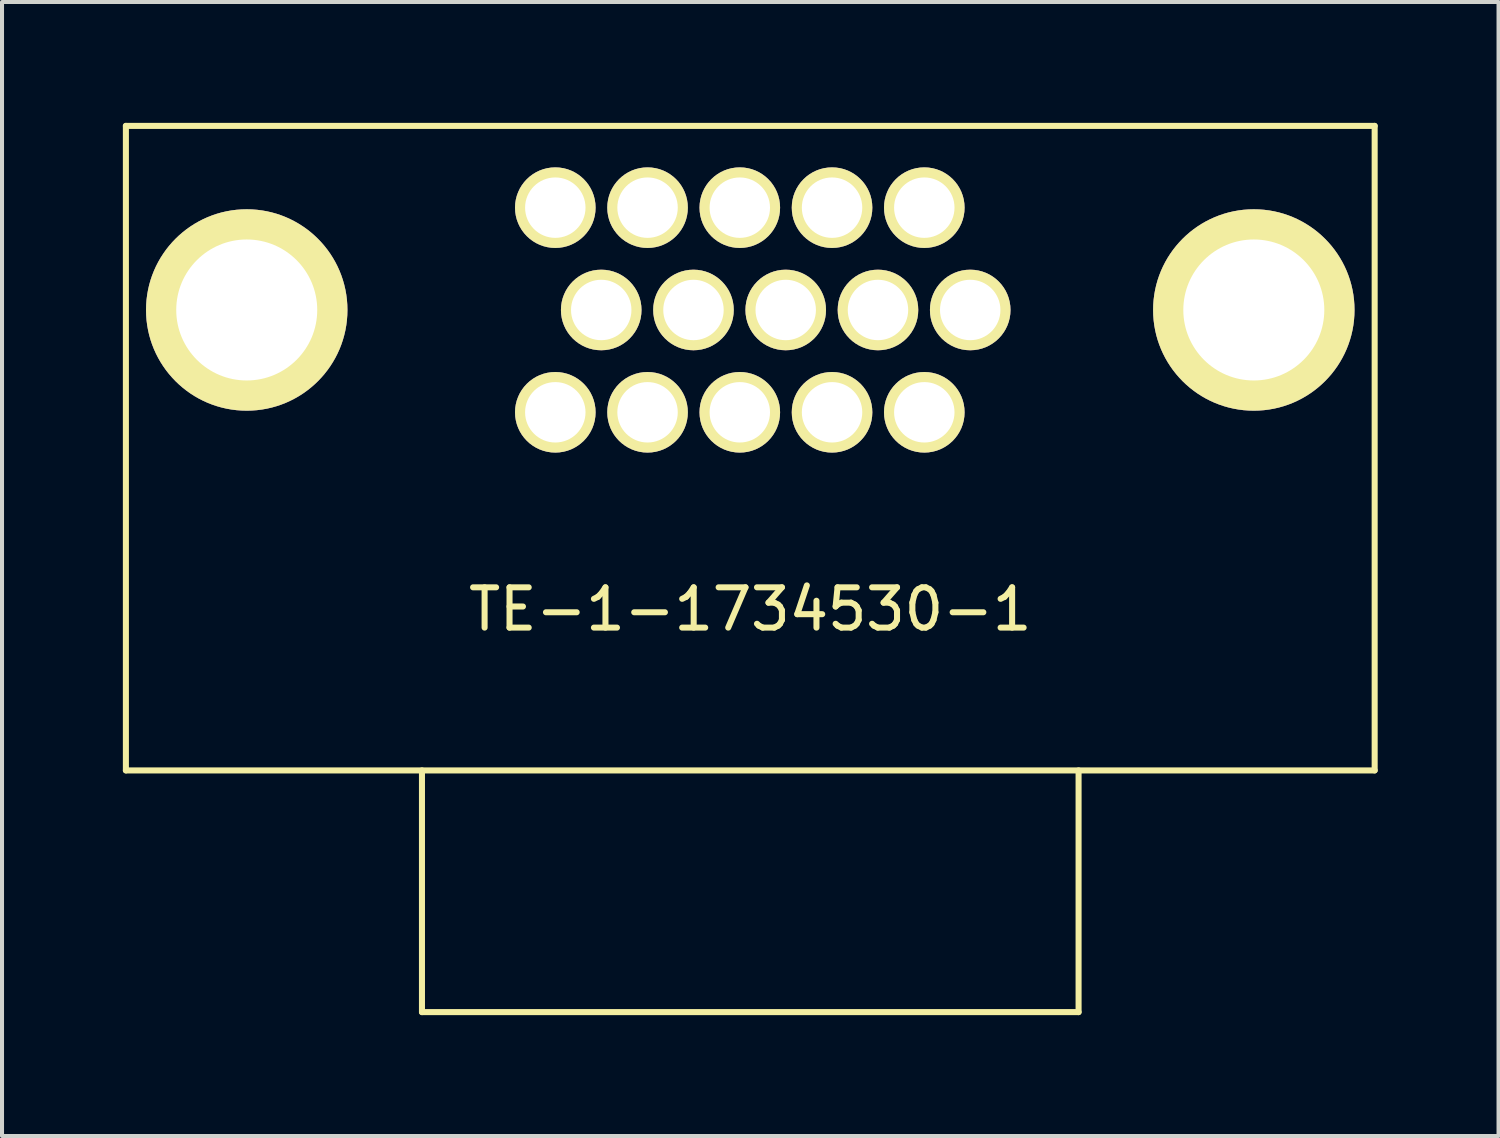
<source format=kicad_pcb>
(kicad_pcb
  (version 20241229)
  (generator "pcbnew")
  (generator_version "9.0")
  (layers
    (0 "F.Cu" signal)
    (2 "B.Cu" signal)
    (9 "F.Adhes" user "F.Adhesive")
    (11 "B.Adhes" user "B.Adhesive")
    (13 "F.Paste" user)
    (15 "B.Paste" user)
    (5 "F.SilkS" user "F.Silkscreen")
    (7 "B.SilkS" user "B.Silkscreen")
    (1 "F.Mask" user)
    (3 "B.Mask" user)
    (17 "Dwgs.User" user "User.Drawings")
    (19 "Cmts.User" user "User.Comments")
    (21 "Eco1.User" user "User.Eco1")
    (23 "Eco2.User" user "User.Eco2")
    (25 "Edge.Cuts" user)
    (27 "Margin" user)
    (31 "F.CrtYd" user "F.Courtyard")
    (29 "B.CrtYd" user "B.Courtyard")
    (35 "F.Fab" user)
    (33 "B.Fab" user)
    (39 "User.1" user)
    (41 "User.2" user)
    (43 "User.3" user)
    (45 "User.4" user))
  (footprint "TE-1-1734530-1"
    (layer "F.Cu")
    (at 15.575 16.075)
    (property "Reference" "TE-1-1734530-1" (at 0 -4 0) (layer "F.SilkS") (effects (font (size 1 1) (thickness 0.15))))
    (attr through_hole)
    (fp_line (start -15.5 -16) (end -15.5 0) (stroke (width 0.15) (type solid)) (layer "F.SilkS"))
    (fp_line (start -15.5 0) (end 15.5 0) (stroke (width 0.15) (type solid)) (layer "F.SilkS"))
    (fp_line (start -8.15 0) (end -8.15 6) (stroke (width 0.15) (type solid)) (layer "F.SilkS"))
    (fp_line (start -8.15 6) (end 8.15 6) (stroke (width 0.15) (type solid)) (layer "F.SilkS"))
    (fp_line (start 8.15 6) (end 8.15 0) (stroke (width 0.15) (type solid)) (layer "F.SilkS"))
    (fp_line (start 15.5 -16) (end -15.5 -16) (stroke (width 0.15) (type solid)) (layer "F.SilkS"))
    (fp_line (start 15.5 0) (end 15.5 -16) (stroke (width 0.15) (type solid)) (layer "F.SilkS"))
    (pad "" thru_hole circle (at -12.5 -11.43) (size 5 5) (drill 3.5) (layers "*.Cu" "*.Mask" "F.SilkS"))
    (pad "" thru_hole circle (at 12.5 -11.43) (size 5 5) (drill 3.5) (layers "*.Cu" "*.Mask" "F.SilkS"))
    (pad "1" thru_hole circle (at 4.32 -13.97) (size 2 2) (drill 1.5) (layers "*.Cu" "*.Mask" "F.SilkS"))
    (pad "2" thru_hole circle (at 2.03 -13.97) (size 2 2) (drill 1.5) (layers "*.Cu" "*.Mask" "F.SilkS"))
    (pad "3" thru_hole circle (at -0.26 -13.97) (size 2 2) (drill 1.5) (layers "*.Cu" "*.Mask" "F.SilkS"))
    (pad "4" thru_hole circle (at -2.55 -13.97) (size 2 2) (drill 1.5) (layers "*.Cu" "*.Mask" "F.SilkS"))
    (pad "5" thru_hole circle (at -4.84 -13.97) (size 2 2) (drill 1.5) (layers "*.Cu" "*.Mask" "F.SilkS"))
    (pad "6" thru_hole circle (at 5.46 -11.43) (size 2 2) (drill 1.5) (layers "*.Cu" "*.Mask" "F.SilkS"))
    (pad "7" thru_hole circle (at 3.17 -11.43) (size 2 2) (drill 1.5) (layers "*.Cu" "*.Mask" "F.SilkS"))
    (pad "8" thru_hole circle (at 0.88 -11.43) (size 2 2) (drill 1.5) (layers "*.Cu" "*.Mask" "F.SilkS"))
    (pad "9" thru_hole circle (at -1.41 -11.43) (size 2 2) (drill 1.5) (layers "*.Cu" "*.Mask" "F.SilkS"))
    (pad "10" thru_hole circle (at -3.7 -11.43) (size 2 2) (drill 1.5) (layers "*.Cu" "*.Mask" "F.SilkS"))
    (pad "11" thru_hole circle (at 4.32 -8.89) (size 2 2) (drill 1.5) (layers "*.Cu" "*.Mask" "F.SilkS"))
    (pad "12" thru_hole circle (at 2.03 -8.89) (size 2 2) (drill 1.5) (layers "*.Cu" "*.Mask" "F.SilkS"))
    (pad "13" thru_hole circle (at -0.26 -8.89) (size 2 2) (drill 1.5) (layers "*.Cu" "*.Mask" "F.SilkS"))
    (pad "14" thru_hole circle (at -2.55 -8.89) (size 2 2) (drill 1.5) (layers "*.Cu" "*.Mask" "F.SilkS"))
    (pad "15" thru_hole circle (at -4.84 -8.89) (size 2 2) (drill 1.5) (layers "*.Cu" "*.Mask" "F.SilkS")))
  (gr_rect
    (start -3 -3)
    (end 34.15 25.15)
    (stroke (width 0.1) (type default))
    (fill no)
    (layer "Edge.Cuts")))
</source>
